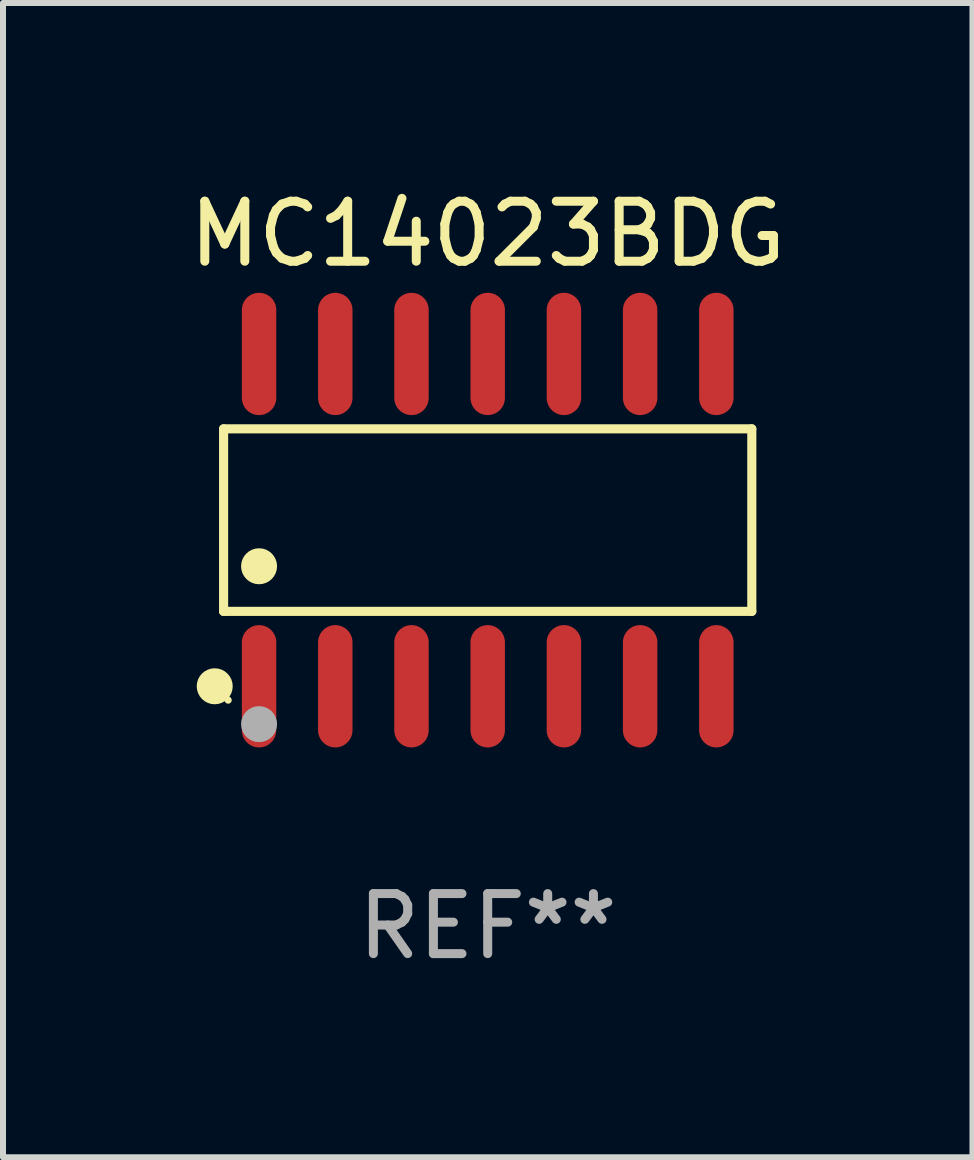
<source format=kicad_pcb>
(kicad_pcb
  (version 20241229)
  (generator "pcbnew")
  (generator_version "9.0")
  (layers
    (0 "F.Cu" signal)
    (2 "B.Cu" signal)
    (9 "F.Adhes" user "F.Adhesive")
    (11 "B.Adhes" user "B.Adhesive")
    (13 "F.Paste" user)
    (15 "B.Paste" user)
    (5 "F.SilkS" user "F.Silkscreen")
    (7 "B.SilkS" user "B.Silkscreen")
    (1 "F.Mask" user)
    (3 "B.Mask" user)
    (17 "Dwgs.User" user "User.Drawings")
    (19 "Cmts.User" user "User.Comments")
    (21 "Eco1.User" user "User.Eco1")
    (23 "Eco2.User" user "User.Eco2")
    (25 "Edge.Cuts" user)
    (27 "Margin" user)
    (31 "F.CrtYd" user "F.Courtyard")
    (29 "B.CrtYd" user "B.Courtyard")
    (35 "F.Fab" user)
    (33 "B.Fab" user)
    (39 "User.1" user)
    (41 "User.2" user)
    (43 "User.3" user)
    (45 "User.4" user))
  (footprint "MC14023BDG"
    (layer "F.Cu")
    (at 5.077 5.617)
    (property "Reference" "MC14023BDG" (at 0 -4.769 0) (layer "F.SilkS") (effects (font (size 1 1) (thickness 0.15))))
    (attr through_hole)
    (fp_line (start -4.401 -1.521) (end 4.401 -1.521) (stroke (width 0.152) (type solid)) (layer "F.SilkS"))
    (fp_line (start -4.401 1.521) (end -4.401 -1.521) (stroke (width 0.152) (type solid)) (layer "F.SilkS"))
    (fp_line (start 4.401 -1.521) (end 4.401 1.521) (stroke (width 0.152) (type solid)) (layer "F.SilkS"))
    (fp_line (start 4.401 1.521) (end -4.401 1.521) (stroke (width 0.152) (type solid)) (layer "F.SilkS"))
    (fp_circle (center -4.549 2.769) (end -4.399 2.769) (stroke (width 0.3) (type solid)) (fill no) (layer "F.SilkS"))
    (fp_circle (center -4.325 3) (end -4.295 3) (stroke (width 0.06) (type solid)) (fill no) (layer "F.SilkS"))
    (fp_circle (center -3.81 0.769) (end -3.66 0.769) (stroke (width 0.3) (type solid)) (fill no) (layer "F.SilkS"))
    (fp_circle (center -3.81 3.4) (end -3.66 3.4) (stroke (width 0.3) (type solid)) (fill no) (layer "F.Fab"))
    (fp_text user "REF**" (at 0 6.769 0) (layer "F.Fab") (effects (font (size 1 1) (thickness 0.15))))
    (pad "1" smd oval (at -3.81 2.769) (size 0.574 2.038) (layers "F.Cu" "F.Mask" "F.Paste"))
    (pad "2" smd oval (at -2.54 2.769) (size 0.574 2.038) (layers "F.Cu" "F.Mask" "F.Paste"))
    (pad "3" smd oval (at -1.27 2.769) (size 0.574 2.038) (layers "F.Cu" "F.Mask" "F.Paste"))
    (pad "4" smd oval (at 0 2.769) (size 0.574 2.038) (layers "F.Cu" "F.Mask" "F.Paste"))
    (pad "5" smd oval (at 1.27 2.769) (size 0.574 2.038) (layers "F.Cu" "F.Mask" "F.Paste"))
    (pad "6" smd oval (at 2.54 2.769) (size 0.574 2.038) (layers "F.Cu" "F.Mask" "F.Paste"))
    (pad "7" smd oval (at 3.81 2.769) (size 0.574 2.038) (layers "F.Cu" "F.Mask" "F.Paste"))
    (pad "8" smd oval (at 3.81 -2.769) (size 0.574 2.038) (layers "F.Cu" "F.Mask" "F.Paste"))
    (pad "9" smd oval (at 2.54 -2.769) (size 0.574 2.038) (layers "F.Cu" "F.Mask" "F.Paste"))
    (pad "10" smd oval (at 1.27 -2.769) (size 0.574 2.038) (layers "F.Cu" "F.Mask" "F.Paste"))
    (pad "11" smd oval (at 0 -2.769) (size 0.574 2.038) (layers "F.Cu" "F.Mask" "F.Paste"))
    (pad "12" smd oval (at -1.27 -2.769) (size 0.574 2.038) (layers "F.Cu" "F.Mask" "F.Paste"))
    (pad "13" smd oval (at -2.54 -2.769) (size 0.574 2.038) (layers "F.Cu" "F.Mask" "F.Paste"))
    (pad "14" smd oval (at -3.81 -2.769) (size 0.574 2.038) (layers "F.Cu" "F.Mask" "F.Paste")))
  (gr_rect
    (start -3 -3)
    (end 13.155 16.235)
    (stroke (width 0.1) (type default))
    (fill no)
    (layer "Edge.Cuts")))
</source>
